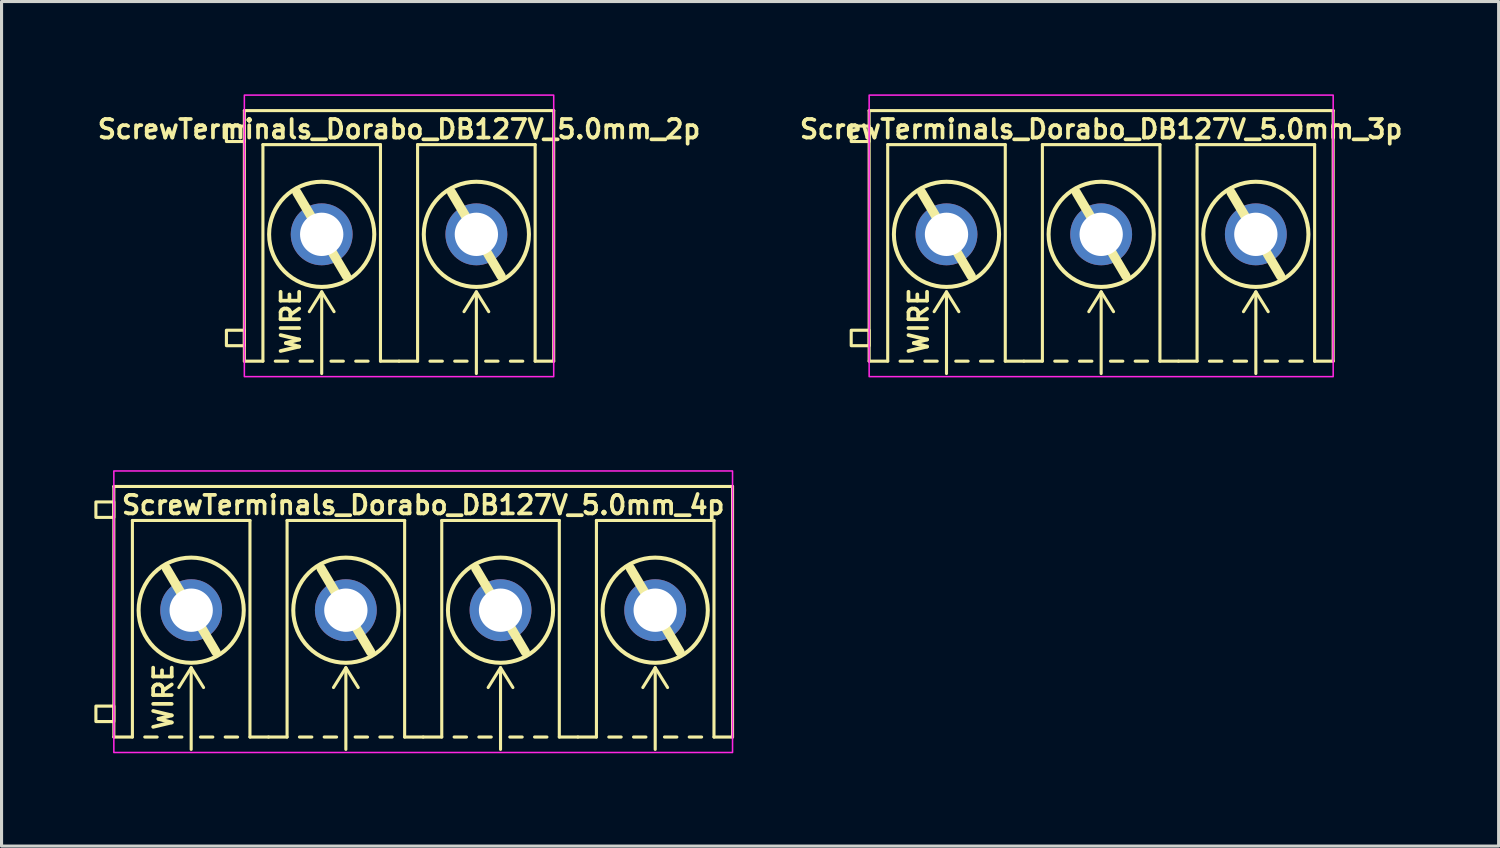
<source format=kicad_pcb>
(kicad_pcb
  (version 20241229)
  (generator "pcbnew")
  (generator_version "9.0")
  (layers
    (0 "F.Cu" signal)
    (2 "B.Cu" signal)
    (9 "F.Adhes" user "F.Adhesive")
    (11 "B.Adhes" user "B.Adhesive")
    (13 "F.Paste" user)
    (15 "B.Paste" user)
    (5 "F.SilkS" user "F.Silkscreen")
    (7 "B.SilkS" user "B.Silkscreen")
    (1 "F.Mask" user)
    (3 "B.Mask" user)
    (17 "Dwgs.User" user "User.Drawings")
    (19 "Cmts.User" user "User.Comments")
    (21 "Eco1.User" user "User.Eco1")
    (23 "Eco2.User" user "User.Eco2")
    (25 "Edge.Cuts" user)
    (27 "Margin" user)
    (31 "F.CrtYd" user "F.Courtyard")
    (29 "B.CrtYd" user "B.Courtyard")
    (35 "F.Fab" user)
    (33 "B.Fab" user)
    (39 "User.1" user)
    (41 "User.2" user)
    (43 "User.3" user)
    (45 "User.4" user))
  (footprint "ScrewTerminals_Dorabo_DB127V_5.0mm_4p"
    (layer "F.Cu")
    (at 10.63 16.675)
    (property "Reference" "ScrewTerminals_Dorabo_DB127V_5.0mm_4p" (at 0 -3.4 0) (unlocked yes) (layer "F.SilkS") (effects (font (size 0.6 0.6) (thickness 0.12) (bold yes))))
    (attr through_hole)
    (fp_line (start -10 -4) (end 10 -4) (stroke (width 0.1) (type default)) (layer "F.SilkS"))
    (fp_line (start -10 4.1) (end -10 -4) (stroke (width 0.1) (type default)) (layer "F.SilkS"))
    (fp_line (start -10 4.1) (end -9.4 4.1) (stroke (width 0.1) (type default)) (layer "F.SilkS"))
    (fp_line (start -9.4 -2.9) (end -5.6 -2.9) (stroke (width 0.1) (type solid)) (layer "F.SilkS"))
    (fp_line (start -9.4 4.1) (end -9.4 -2.9) (stroke (width 0.1) (type solid)) (layer "F.SilkS"))
    (fp_line (start -8.6 4.1) (end -9 4.1) (stroke (width 0.1) (type default)) (layer "F.SilkS"))
    (fp_line (start -8.3 -1.35) (end -6.7 1.35) (stroke (width 0.3) (type default)) (layer "F.SilkS"))
    (fp_line (start -7.8 4.1) (end -8.2 4.1) (stroke (width 0.1) (type default)) (layer "F.SilkS"))
    (fp_line (start -7.5 1.859) (end -7.9 2.5) (stroke (width 0.1) (type default)) (layer "F.SilkS"))
    (fp_line (start -7.5 1.859) (end -7.1 2.5) (stroke (width 0.1) (type default)) (layer "F.SilkS"))
    (fp_line (start -7.5 4.5) (end -7.5 1.879) (stroke (width 0.1) (type default)) (layer "F.SilkS"))
    (fp_line (start -7.2 4.1) (end -6.8 4.1) (stroke (width 0.1) (type default)) (layer "F.SilkS"))
    (fp_line (start -6.4 4.1) (end -6 4.1) (stroke (width 0.1) (type default)) (layer "F.SilkS"))
    (fp_line (start -5.6 -2.9) (end -5.6 4.1) (stroke (width 0.1) (type solid)) (layer "F.SilkS"))
    (fp_line (start -5.6 4.1) (end -5 4.1) (stroke (width 0.1) (type default)) (layer "F.SilkS"))
    (fp_line (start -5 4.1) (end -4.4 4.1) (stroke (width 0.1) (type default)) (layer "F.SilkS"))
    (fp_line (start -4.4 -2.9) (end -0.6 -2.9) (stroke (width 0.1) (type solid)) (layer "F.SilkS"))
    (fp_line (start -4.4 4.1) (end -4.4 -2.9) (stroke (width 0.1) (type solid)) (layer "F.SilkS"))
    (fp_line (start -3.6 4.1) (end -4 4.1) (stroke (width 0.1) (type default)) (layer "F.SilkS"))
    (fp_line (start -3.3 -1.35) (end -1.7 1.35) (stroke (width 0.3) (type default)) (layer "F.SilkS"))
    (fp_line (start -2.8 4.1) (end -3.2 4.1) (stroke (width 0.1) (type default)) (layer "F.SilkS"))
    (fp_line (start -2.5 1.859) (end -2.9 2.5) (stroke (width 0.1) (type default)) (layer "F.SilkS"))
    (fp_line (start -2.5 1.859) (end -2.1 2.5) (stroke (width 0.1) (type default)) (layer "F.SilkS"))
    (fp_line (start -2.5 4.5) (end -2.5 1.879) (stroke (width 0.1) (type default)) (layer "F.SilkS"))
    (fp_line (start -2.2 4.1) (end -1.8 4.1) (stroke (width 0.1) (type default)) (layer "F.SilkS"))
    (fp_line (start -1.4 4.1) (end -1 4.1) (stroke (width 0.1) (type default)) (layer "F.SilkS"))
    (fp_line (start -0.6 -2.9) (end -0.6 4.1) (stroke (width 0.1) (type solid)) (layer "F.SilkS"))
    (fp_line (start -0.6 4.1) (end 0 4.1) (stroke (width 0.1) (type default)) (layer "F.SilkS"))
    (fp_line (start 0 4.1) (end 0.6 4.1) (stroke (width 0.1) (type default)) (layer "F.SilkS"))
    (fp_line (start 0.6 -2.9) (end 4.4 -2.9) (stroke (width 0.1) (type solid)) (layer "F.SilkS"))
    (fp_line (start 0.6 4.1) (end 0.6 -2.9) (stroke (width 0.1) (type solid)) (layer "F.SilkS"))
    (fp_line (start 1.4 4.1) (end 1 4.1) (stroke (width 0.1) (type default)) (layer "F.SilkS"))
    (fp_line (start 1.7 -1.35) (end 3.3 1.35) (stroke (width 0.3) (type default)) (layer "F.SilkS"))
    (fp_line (start 2.2 4.1) (end 1.8 4.1) (stroke (width 0.1) (type default)) (layer "F.SilkS"))
    (fp_line (start 2.5 1.859) (end 2.1 2.5) (stroke (width 0.1) (type default)) (layer "F.SilkS"))
    (fp_line (start 2.5 1.859) (end 2.9 2.5) (stroke (width 0.1) (type default)) (layer "F.SilkS"))
    (fp_line (start 2.5 4.5) (end 2.5 1.879) (stroke (width 0.1) (type default)) (layer "F.SilkS"))
    (fp_line (start 2.8 4.1) (end 3.2 4.1) (stroke (width 0.1) (type default)) (layer "F.SilkS"))
    (fp_line (start 3.6 4.1) (end 4 4.1) (stroke (width 0.1) (type default)) (layer "F.SilkS"))
    (fp_line (start 4.4 -2.9) (end 4.4 4.1) (stroke (width 0.1) (type solid)) (layer "F.SilkS"))
    (fp_line (start 4.4 4.1) (end 5 4.1) (stroke (width 0.1) (type default)) (layer "F.SilkS"))
    (fp_line (start 5 4.1) (end 5.6 4.1) (stroke (width 0.1) (type default)) (layer "F.SilkS"))
    (fp_line (start 5.6 -2.9) (end 9.4 -2.9) (stroke (width 0.1) (type solid)) (layer "F.SilkS"))
    (fp_line (start 5.6 4.1) (end 5.6 -2.9) (stroke (width 0.1) (type solid)) (layer "F.SilkS"))
    (fp_line (start 6.4 4.1) (end 6 4.1) (stroke (width 0.1) (type default)) (layer "F.SilkS"))
    (fp_line (start 6.7 -1.35) (end 8.3 1.35) (stroke (width 0.3) (type default)) (layer "F.SilkS"))
    (fp_line (start 7.2 4.1) (end 6.8 4.1) (stroke (width 0.1) (type default)) (layer "F.SilkS"))
    (fp_line (start 7.5 1.859) (end 7.1 2.5) (stroke (width 0.1) (type default)) (layer "F.SilkS"))
    (fp_line (start 7.5 1.859) (end 7.9 2.5) (stroke (width 0.1) (type default)) (layer "F.SilkS"))
    (fp_line (start 7.5 4.5) (end 7.5 1.879) (stroke (width 0.1) (type default)) (layer "F.SilkS"))
    (fp_line (start 7.8 4.1) (end 8.2 4.1) (stroke (width 0.1) (type default)) (layer "F.SilkS"))
    (fp_line (start 8.6 4.1) (end 9 4.1) (stroke (width 0.1) (type default)) (layer "F.SilkS"))
    (fp_line (start 9.4 -2.9) (end 9.4 4.1) (stroke (width 0.1) (type solid)) (layer "F.SilkS"))
    (fp_line (start 9.4 4.1) (end 10 4.1) (stroke (width 0.1) (type default)) (layer "F.SilkS"))
    (fp_line (start 10 4.1) (end 10 -4) (stroke (width 0.1) (type default)) (layer "F.SilkS"))
    (fp_rect (start -10.58 -3.5) (end -10 -3) (stroke (width 0.1) (type solid)) (fill no) (layer "F.SilkS"))
    (fp_rect (start -10.58 3.1) (end -10 3.6) (stroke (width 0.1) (type solid)) (fill no) (layer "F.SilkS"))
    (fp_circle (center -7.5 0) (end -5.8 0) (stroke (width 0.13) (type default)) (fill no) (layer "F.SilkS"))
    (fp_circle (center -2.5 0) (end -0.8 0) (stroke (width 0.13) (type default)) (fill no) (layer "F.SilkS"))
    (fp_circle (center 2.5 0) (end 4.2 0) (stroke (width 0.13) (type default)) (fill no) (layer "F.SilkS"))
    (fp_circle (center 7.5 0) (end 9.2 0) (stroke (width 0.13) (type default)) (fill no) (layer "F.SilkS"))
    (fp_rect (start 10 4.6) (end -10 -4.5) (stroke (width 0.05) (type solid)) (fill no) (layer "F.CrtYd"))
    (fp_text user "WIRE" (at -8.4 2.8 90) (unlocked yes) (layer "F.SilkS") (effects (font (size 0.6 0.6) (thickness 0.12) (bold yes))))
    (pad "1" thru_hole circle (at -7.5 0 180) (size 2 2) (drill 1.4) (layers "*.Cu" "*.Mask"))
    (pad "2" thru_hole circle (at -2.5 0 180) (size 2 2) (drill 1.4) (layers "*.Cu" "*.Mask"))
    (pad "3" thru_hole circle (at 2.5 0 180) (size 2 2) (drill 1.4) (layers "*.Cu" "*.Mask"))
    (pad "4" thru_hole circle (at 7.5 0 180) (size 2 2) (drill 1.4) (layers "*.Cu" "*.Mask")))
  (footprint "ScrewTerminals_Dorabo_DB127V_5.0mm_3p"
    (layer "F.Cu")
    (at 32.546 4.525)
    (property "Reference" "ScrewTerminals_Dorabo_DB127V_5.0mm_3p" (at 0 -3.4 0) (unlocked yes) (layer "F.SilkS") (effects (font (size 0.6 0.6) (thickness 0.12) (bold yes))))
    (attr through_hole)
    (fp_line (start -7.5 -4) (end 7.5 -4) (stroke (width 0.1) (type default)) (layer "F.SilkS"))
    (fp_line (start -7.5 4.1) (end -7.5 -4) (stroke (width 0.1) (type default)) (layer "F.SilkS"))
    (fp_line (start -7.5 4.1) (end -6.9 4.1) (stroke (width 0.1) (type default)) (layer "F.SilkS"))
    (fp_line (start -6.9 -2.9) (end -3.1 -2.9) (stroke (width 0.1) (type solid)) (layer "F.SilkS"))
    (fp_line (start -6.9 4.1) (end -6.9 -2.9) (stroke (width 0.1) (type solid)) (layer "F.SilkS"))
    (fp_line (start -6.1 4.1) (end -6.5 4.1) (stroke (width 0.1) (type default)) (layer "F.SilkS"))
    (fp_line (start -5.8 -1.35) (end -4.2 1.35) (stroke (width 0.3) (type default)) (layer "F.SilkS"))
    (fp_line (start -5.3 4.1) (end -5.7 4.1) (stroke (width 0.1) (type default)) (layer "F.SilkS"))
    (fp_line (start -5 1.859) (end -5.4 2.5) (stroke (width 0.1) (type default)) (layer "F.SilkS"))
    (fp_line (start -5 1.859) (end -4.6 2.5) (stroke (width 0.1) (type default)) (layer "F.SilkS"))
    (fp_line (start -5 4.5) (end -5 1.879) (stroke (width 0.1) (type default)) (layer "F.SilkS"))
    (fp_line (start -4.7 4.1) (end -4.3 4.1) (stroke (width 0.1) (type default)) (layer "F.SilkS"))
    (fp_line (start -3.9 4.1) (end -3.5 4.1) (stroke (width 0.1) (type default)) (layer "F.SilkS"))
    (fp_line (start -3.1 -2.9) (end -3.1 4.1) (stroke (width 0.1) (type solid)) (layer "F.SilkS"))
    (fp_line (start -3.1 4.1) (end -2.5 4.1) (stroke (width 0.1) (type default)) (layer "F.SilkS"))
    (fp_line (start -2.5 4.1) (end -1.9 4.1) (stroke (width 0.1) (type default)) (layer "F.SilkS"))
    (fp_line (start -1.9 -2.9) (end 1.9 -2.9) (stroke (width 0.1) (type solid)) (layer "F.SilkS"))
    (fp_line (start -1.9 4.1) (end -1.9 -2.9) (stroke (width 0.1) (type solid)) (layer "F.SilkS"))
    (fp_line (start -1.1 4.1) (end -1.5 4.1) (stroke (width 0.1) (type default)) (layer "F.SilkS"))
    (fp_line (start -0.8 -1.35) (end 0.8 1.35) (stroke (width 0.3) (type default)) (layer "F.SilkS"))
    (fp_line (start -0.3 4.1) (end -0.7 4.1) (stroke (width 0.1) (type default)) (layer "F.SilkS"))
    (fp_line (start 0 1.859) (end -0.4 2.5) (stroke (width 0.1) (type default)) (layer "F.SilkS"))
    (fp_line (start 0 1.859) (end 0.4 2.5) (stroke (width 0.1) (type default)) (layer "F.SilkS"))
    (fp_line (start 0 4.5) (end 0 1.879) (stroke (width 0.1) (type default)) (layer "F.SilkS"))
    (fp_line (start 0.3 4.1) (end 0.7 4.1) (stroke (width 0.1) (type default)) (layer "F.SilkS"))
    (fp_line (start 1.1 4.1) (end 1.5 4.1) (stroke (width 0.1) (type default)) (layer "F.SilkS"))
    (fp_line (start 1.9 -2.9) (end 1.9 4.1) (stroke (width 0.1) (type solid)) (layer "F.SilkS"))
    (fp_line (start 1.9 4.1) (end 2.5 4.1) (stroke (width 0.1) (type default)) (layer "F.SilkS"))
    (fp_line (start 2.5 4.1) (end 3.1 4.1) (stroke (width 0.1) (type default)) (layer "F.SilkS"))
    (fp_line (start 3.1 -2.9) (end 6.9 -2.9) (stroke (width 0.1) (type solid)) (layer "F.SilkS"))
    (fp_line (start 3.1 4.1) (end 3.1 -2.9) (stroke (width 0.1) (type solid)) (layer "F.SilkS"))
    (fp_line (start 3.9 4.1) (end 3.5 4.1) (stroke (width 0.1) (type default)) (layer "F.SilkS"))
    (fp_line (start 4.2 -1.35) (end 5.8 1.35) (stroke (width 0.3) (type default)) (layer "F.SilkS"))
    (fp_line (start 4.7 4.1) (end 4.3 4.1) (stroke (width 0.1) (type default)) (layer "F.SilkS"))
    (fp_line (start 5 1.859) (end 4.6 2.5) (stroke (width 0.1) (type default)) (layer "F.SilkS"))
    (fp_line (start 5 1.859) (end 5.4 2.5) (stroke (width 0.1) (type default)) (layer "F.SilkS"))
    (fp_line (start 5 4.5) (end 5 1.879) (stroke (width 0.1) (type default)) (layer "F.SilkS"))
    (fp_line (start 5.3 4.1) (end 5.7 4.1) (stroke (width 0.1) (type default)) (layer "F.SilkS"))
    (fp_line (start 6.1 4.1) (end 6.5 4.1) (stroke (width 0.1) (type default)) (layer "F.SilkS"))
    (fp_line (start 6.9 -2.9) (end 6.9 4.1) (stroke (width 0.1) (type solid)) (layer "F.SilkS"))
    (fp_line (start 6.9 4.1) (end 7.5 4.1) (stroke (width 0.1) (type default)) (layer "F.SilkS"))
    (fp_line (start 7.5 4.1) (end 7.5 -4) (stroke (width 0.1) (type default)) (layer "F.SilkS"))
    (fp_rect (start -8.08 -3.5) (end -7.5 -3) (stroke (width 0.1) (type solid)) (fill no) (layer "F.SilkS"))
    (fp_rect (start -8.08 3.1) (end -7.5 3.6) (stroke (width 0.1) (type solid)) (fill no) (layer "F.SilkS"))
    (fp_circle (center -5 0) (end -3.3 0) (stroke (width 0.13) (type default)) (fill no) (layer "F.SilkS"))
    (fp_circle (center 0 0) (end 1.7 0) (stroke (width 0.13) (type default)) (fill no) (layer "F.SilkS"))
    (fp_circle (center 5 0) (end 6.7 0) (stroke (width 0.13) (type default)) (fill no) (layer "F.SilkS"))
    (fp_rect (start -7.5 -4.5) (end 7.5 4.6) (stroke (width 0.05) (type solid)) (fill no) (layer "F.CrtYd"))
    (fp_text user "WIRE" (at -5.9 2.8 90) (unlocked yes) (layer "F.SilkS") (effects (font (size 0.6 0.6) (thickness 0.12) (bold yes))))
    (pad "1" thru_hole circle (at -5 0 180) (size 2 2) (drill 1.4) (layers "*.Cu" "*.Mask"))
    (pad "2" thru_hole circle (at 0 0 180) (size 2 2) (drill 1.4) (layers "*.Cu" "*.Mask"))
    (pad "3" thru_hole circle (at 5 0 180) (size 2 2) (drill 1.4) (layers "*.Cu" "*.Mask")))
  (footprint "ScrewTerminals_Dorabo_DB127V_5.0mm_2p"
    (layer "F.Cu")
    (at 9.849 4.525)
    (property "Reference" "ScrewTerminals_Dorabo_DB127V_5.0mm_2p" (at 0 -3.4 0) (unlocked yes) (layer "F.SilkS") (effects (font (size 0.6 0.6) (thickness 0.12) (bold yes))))
    (attr through_hole)
    (fp_line (start -5 -4) (end 5 -4) (stroke (width 0.1) (type solid)) (layer "F.SilkS"))
    (fp_line (start -5 4.1) (end -5 -4) (stroke (width 0.1) (type solid)) (layer "F.SilkS"))
    (fp_line (start -5 4.1) (end -4.4 4.1) (stroke (width 0.1) (type default)) (layer "F.SilkS"))
    (fp_line (start -4.4 -2.9) (end -0.6 -2.9) (stroke (width 0.1) (type solid)) (layer "F.SilkS"))
    (fp_line (start -4.4 4.1) (end -4.4 -2.9) (stroke (width 0.1) (type solid)) (layer "F.SilkS"))
    (fp_line (start -3.6 4.1) (end -4 4.1) (stroke (width 0.1) (type default)) (layer "F.SilkS"))
    (fp_line (start -3.3 -1.35) (end -1.7 1.35) (stroke (width 0.3) (type default)) (layer "F.SilkS"))
    (fp_line (start -2.8 4.1) (end -3.2 4.1) (stroke (width 0.1) (type default)) (layer "F.SilkS"))
    (fp_line (start -2.5 1.859) (end -2.9 2.5) (stroke (width 0.1) (type default)) (layer "F.SilkS"))
    (fp_line (start -2.5 1.859) (end -2.1 2.5) (stroke (width 0.1) (type default)) (layer "F.SilkS"))
    (fp_line (start -2.5 4.5) (end -2.5 1.879) (stroke (width 0.1) (type default)) (layer "F.SilkS"))
    (fp_line (start -2.2 4.1) (end -1.8 4.1) (stroke (width 0.1) (type default)) (layer "F.SilkS"))
    (fp_line (start -1.4 4.1) (end -1 4.1) (stroke (width 0.1) (type default)) (layer "F.SilkS"))
    (fp_line (start -0.6 -2.9) (end -0.6 4.1) (stroke (width 0.1) (type solid)) (layer "F.SilkS"))
    (fp_line (start -0.6 4.1) (end 0 4.1) (stroke (width 0.1) (type default)) (layer "F.SilkS"))
    (fp_line (start 0 4.1) (end 0.6 4.1) (stroke (width 0.1) (type default)) (layer "F.SilkS"))
    (fp_line (start 0.6 -2.9) (end 4.4 -2.9) (stroke (width 0.1) (type solid)) (layer "F.SilkS"))
    (fp_line (start 0.6 4.1) (end 0.6 -2.9) (stroke (width 0.1) (type solid)) (layer "F.SilkS"))
    (fp_line (start 1.4 4.1) (end 1 4.1) (stroke (width 0.1) (type default)) (layer "F.SilkS"))
    (fp_line (start 1.7 -1.35) (end 3.3 1.35) (stroke (width 0.3) (type default)) (layer "F.SilkS"))
    (fp_line (start 2.2 4.1) (end 1.8 4.1) (stroke (width 0.1) (type default)) (layer "F.SilkS"))
    (fp_line (start 2.5 1.859) (end 2.1 2.5) (stroke (width 0.1) (type default)) (layer "F.SilkS"))
    (fp_line (start 2.5 1.859) (end 2.9 2.5) (stroke (width 0.1) (type default)) (layer "F.SilkS"))
    (fp_line (start 2.5 4.5) (end 2.5 1.879) (stroke (width 0.1) (type default)) (layer "F.SilkS"))
    (fp_line (start 2.8 4.1) (end 3.2 4.1) (stroke (width 0.1) (type default)) (layer "F.SilkS"))
    (fp_line (start 3.6 4.1) (end 4 4.1) (stroke (width 0.1) (type default)) (layer "F.SilkS"))
    (fp_line (start 4.4 -2.9) (end 4.4 4.1) (stroke (width 0.1) (type solid)) (layer "F.SilkS"))
    (fp_line (start 4.4 4.1) (end 5 4.1) (stroke (width 0.1) (type default)) (layer "F.SilkS"))
    (fp_line (start 5 4.1) (end 5 -4) (stroke (width 0.1) (type solid)) (layer "F.SilkS"))
    (fp_rect (start -5.58 -3.5) (end -5 -3) (stroke (width 0.1) (type solid)) (fill no) (layer "F.SilkS"))
    (fp_rect (start -5.58 3.1) (end -5 3.6) (stroke (width 0.1) (type solid)) (fill no) (layer "F.SilkS"))
    (fp_circle (center -2.5 0) (end -0.8 0) (stroke (width 0.13) (type default)) (fill no) (layer "F.SilkS"))
    (fp_circle (center 2.5 0) (end 4.2 0) (stroke (width 0.13) (type default)) (fill no) (layer "F.SilkS"))
    (fp_rect (start -5 -4.5) (end 5 4.6) (stroke (width 0.05) (type solid)) (fill no) (layer "F.CrtYd"))
    (fp_text user "WIRE" (at -3.5 2.8 90) (unlocked yes) (layer "F.SilkS") (effects (font (size 0.6 0.6) (thickness 0.12) (bold yes))))
    (pad "1" thru_hole circle (at -2.5 0 180) (size 2 2) (drill 1.4) (layers "*.Cu" "*.Mask"))
    (pad "2" thru_hole circle (at 2.5 0 180) (size 2 2) (drill 1.4) (layers "*.Cu" "*.Mask")))
  (gr_rect
    (start -3 -3)
    (end 45.394 24.3)
    (stroke (width 0.1) (type default))
    (fill no)
    (layer "Edge.Cuts")))
</source>
